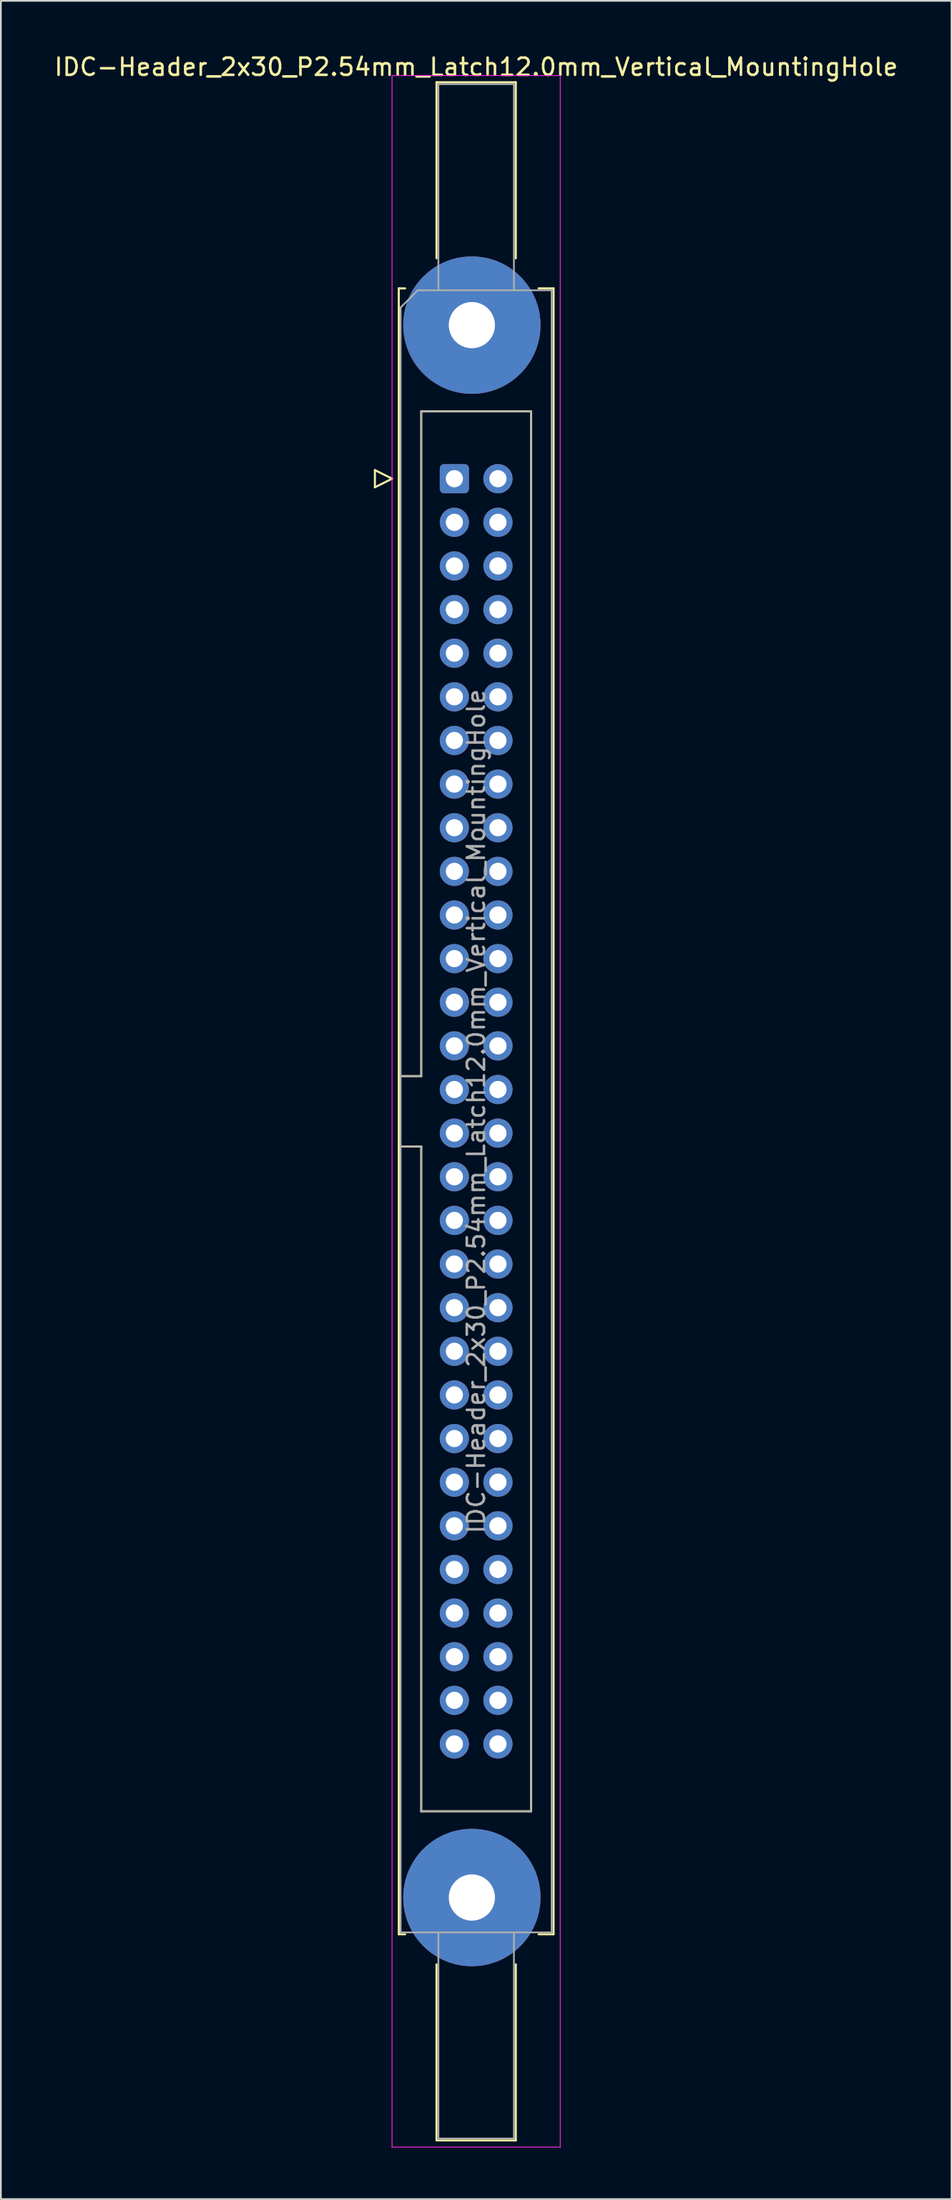
<source format=kicad_pcb>
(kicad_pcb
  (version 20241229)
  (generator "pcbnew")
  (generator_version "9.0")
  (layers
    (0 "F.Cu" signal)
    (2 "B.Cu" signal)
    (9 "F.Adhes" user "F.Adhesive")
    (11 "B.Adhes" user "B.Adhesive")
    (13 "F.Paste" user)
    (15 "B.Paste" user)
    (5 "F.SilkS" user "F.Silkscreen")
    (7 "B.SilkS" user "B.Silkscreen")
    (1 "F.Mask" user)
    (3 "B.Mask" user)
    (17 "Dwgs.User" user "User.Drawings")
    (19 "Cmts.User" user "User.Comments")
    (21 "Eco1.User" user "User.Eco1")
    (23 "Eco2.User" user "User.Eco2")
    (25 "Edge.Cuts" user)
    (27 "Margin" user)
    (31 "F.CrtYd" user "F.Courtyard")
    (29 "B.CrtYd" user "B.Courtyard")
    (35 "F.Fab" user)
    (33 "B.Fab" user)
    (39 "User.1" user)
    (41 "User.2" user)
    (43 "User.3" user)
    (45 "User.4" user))
  (footprint "IDC-Header_2x30_P2.54mm_Latch12.0mm_Vertical_MountingHole"
    (layer "F.Cu")
    (at 23.426 24.818)
    (property "Reference" "IDC-Header_2x30_P2.54mm_Latch12.0mm_Vertical_MountingHole" (at 1.27 -23.97 0) (layer "F.SilkS") (effects (font (size 1 1) (thickness 0.15))))
    (attr through_hole)
    (fp_line (start -4.63 -0.5) (end -4.63 0.5) (stroke (width 0.12) (type solid)) (layer "F.SilkS"))
    (fp_line (start -4.63 0.5) (end -3.63 0) (stroke (width 0.12) (type solid)) (layer "F.SilkS"))
    (fp_line (start -3.63 0) (end -4.63 -0.5) (stroke (width 0.12) (type solid)) (layer "F.SilkS"))
    (fp_line (start -3.24 -11.08) (end -3.24 84.74) (stroke (width 0.12) (type solid)) (layer "F.SilkS"))
    (fp_line (start -3.24 34.78) (end -1.93 34.78) (stroke (width 0.12) (type solid)) (layer "F.SilkS"))
    (fp_line (start -3.24 84.74) (end -2.87 84.74) (stroke (width 0.12) (type solid)) (layer "F.SilkS"))
    (fp_line (start -2.87 -11.08) (end -3.24 -11.08) (stroke (width 0.12) (type solid)) (layer "F.SilkS"))
    (fp_line (start -1.93 -3.92) (end 4.47 -3.92) (stroke (width 0.12) (type solid)) (layer "F.SilkS"))
    (fp_line (start -1.93 34.78) (end -1.93 -3.92) (stroke (width 0.12) (type solid)) (layer "F.SilkS"))
    (fp_line (start -1.93 38.88) (end -3.24 38.88) (stroke (width 0.12) (type solid)) (layer "F.SilkS"))
    (fp_line (start -1.93 38.88) (end -1.93 38.88) (stroke (width 0.12) (type solid)) (layer "F.SilkS"))
    (fp_line (start -1.93 77.58) (end -1.93 38.88) (stroke (width 0.12) (type solid)) (layer "F.SilkS"))
    (fp_line (start -1.04 -23.08) (end 3.58 -23.08) (stroke (width 0.12) (type solid)) (layer "F.SilkS"))
    (fp_line (start -1.04 -12.83) (end -1.04 -23.08) (stroke (width 0.12) (type solid)) (layer "F.SilkS"))
    (fp_line (start -1.04 86.49) (end -1.04 96.74) (stroke (width 0.12) (type solid)) (layer "F.SilkS"))
    (fp_line (start -1.04 96.74) (end 3.58 96.74) (stroke (width 0.12) (type solid)) (layer "F.SilkS"))
    (fp_line (start 3.58 -23.08) (end 3.58 -12.83) (stroke (width 0.12) (type solid)) (layer "F.SilkS"))
    (fp_line (start 3.58 96.74) (end 3.58 86.49) (stroke (width 0.12) (type solid)) (layer "F.SilkS"))
    (fp_line (start 4.47 -3.92) (end 4.47 77.58) (stroke (width 0.12) (type solid)) (layer "F.SilkS"))
    (fp_line (start 4.47 77.58) (end -1.93 77.58) (stroke (width 0.12) (type solid)) (layer "F.SilkS"))
    (fp_line (start 4.91 -11.08) (end 5.78 -11.08) (stroke (width 0.12) (type solid)) (layer "F.SilkS"))
    (fp_line (start 5.78 -11.08) (end 5.78 84.74) (stroke (width 0.12) (type solid)) (layer "F.SilkS"))
    (fp_line (start 5.78 84.74) (end 4.91 84.74) (stroke (width 0.12) (type solid)) (layer "F.SilkS"))
    (fp_line (start -3.63 -23.47) (end -3.63 97.13) (stroke (width 0.05) (type solid)) (layer "F.CrtYd"))
    (fp_line (start -3.63 97.13) (end 6.17 97.13) (stroke (width 0.05) (type solid)) (layer "F.CrtYd"))
    (fp_line (start 6.17 -23.47) (end -3.63 -23.47) (stroke (width 0.05) (type solid)) (layer "F.CrtYd"))
    (fp_line (start 6.17 97.13) (end 6.17 -23.47) (stroke (width 0.05) (type solid)) (layer "F.CrtYd"))
    (fp_line (start -3.13 -9.97) (end -2.13 -10.97) (stroke (width 0.1) (type solid)) (layer "F.Fab"))
    (fp_line (start -3.13 34.78) (end -1.93 34.78) (stroke (width 0.1) (type solid)) (layer "F.Fab"))
    (fp_line (start -3.13 84.63) (end -3.13 -9.97) (stroke (width 0.1) (type solid)) (layer "F.Fab"))
    (fp_line (start -2.13 -10.97) (end 5.67 -10.97) (stroke (width 0.1) (type solid)) (layer "F.Fab"))
    (fp_line (start -1.93 -3.92) (end 4.47 -3.92) (stroke (width 0.1) (type solid)) (layer "F.Fab"))
    (fp_line (start -1.93 34.78) (end -1.93 -3.92) (stroke (width 0.1) (type solid)) (layer "F.Fab"))
    (fp_line (start -1.93 38.88) (end -3.13 38.88) (stroke (width 0.1) (type solid)) (layer "F.Fab"))
    (fp_line (start -1.93 38.88) (end -1.93 38.88) (stroke (width 0.1) (type solid)) (layer "F.Fab"))
    (fp_line (start -1.93 77.58) (end -1.93 38.88) (stroke (width 0.1) (type solid)) (layer "F.Fab"))
    (fp_line (start -0.93 -22.97) (end 3.47 -22.97) (stroke (width 0.1) (type solid)) (layer "F.Fab"))
    (fp_line (start -0.93 -10.97) (end -0.93 -22.97) (stroke (width 0.1) (type solid)) (layer "F.Fab"))
    (fp_line (start -0.93 84.63) (end -0.93 96.63) (stroke (width 0.1) (type solid)) (layer "F.Fab"))
    (fp_line (start -0.93 96.63) (end 3.47 96.63) (stroke (width 0.1) (type solid)) (layer "F.Fab"))
    (fp_line (start 3.47 -22.97) (end 3.47 -10.97) (stroke (width 0.1) (type solid)) (layer "F.Fab"))
    (fp_line (start 3.47 96.63) (end 3.47 84.63) (stroke (width 0.1) (type solid)) (layer "F.Fab"))
    (fp_line (start 4.47 -3.92) (end 4.47 77.58) (stroke (width 0.1) (type solid)) (layer "F.Fab"))
    (fp_line (start 4.47 77.58) (end -1.93 77.58) (stroke (width 0.1) (type solid)) (layer "F.Fab"))
    (fp_line (start 5.67 -10.97) (end 5.67 84.63) (stroke (width 0.1) (type solid)) (layer "F.Fab"))
    (fp_line (start 5.67 84.63) (end -3.13 84.63) (stroke (width 0.1) (type solid)) (layer "F.Fab"))
    (fp_text user "${REFERENCE}" (at 1.27 36.83 90) (layer "F.Fab") (effects (font (size 1 1) (thickness 0.15))))
    (pad "" thru_hole circle (at 1.02 -8.94) (size 8 8) (drill 2.69) (layers "*.Cu" "*.Mask"))
    (pad "" thru_hole circle (at 1.02 82.6) (size 8 8) (drill 2.69) (layers "*.Cu" "*.Mask"))
    (pad "1" thru_hole roundrect (at 0 0) (size 1.7 1.7) (drill 1) (layers "*.Cu" "*.Mask") (roundrect_rratio 0.147))
    (pad "2" thru_hole circle (at 2.54 0) (size 1.7 1.7) (drill 1) (layers "*.Cu" "*.Mask"))
    (pad "3" thru_hole circle (at 0 2.54) (size 1.7 1.7) (drill 1) (layers "*.Cu" "*.Mask"))
    (pad "4" thru_hole circle (at 2.54 2.54) (size 1.7 1.7) (drill 1) (layers "*.Cu" "*.Mask"))
    (pad "5" thru_hole circle (at 0 5.08) (size 1.7 1.7) (drill 1) (layers "*.Cu" "*.Mask"))
    (pad "6" thru_hole circle (at 2.54 5.08) (size 1.7 1.7) (drill 1) (layers "*.Cu" "*.Mask"))
    (pad "7" thru_hole circle (at 0 7.62) (size 1.7 1.7) (drill 1) (layers "*.Cu" "*.Mask"))
    (pad "8" thru_hole circle (at 2.54 7.62) (size 1.7 1.7) (drill 1) (layers "*.Cu" "*.Mask"))
    (pad "9" thru_hole circle (at 0 10.16) (size 1.7 1.7) (drill 1) (layers "*.Cu" "*.Mask"))
    (pad "10" thru_hole circle (at 2.54 10.16) (size 1.7 1.7) (drill 1) (layers "*.Cu" "*.Mask"))
    (pad "11" thru_hole circle (at 0 12.7) (size 1.7 1.7) (drill 1) (layers "*.Cu" "*.Mask"))
    (pad "12" thru_hole circle (at 2.54 12.7) (size 1.7 1.7) (drill 1) (layers "*.Cu" "*.Mask"))
    (pad "13" thru_hole circle (at 0 15.24) (size 1.7 1.7) (drill 1) (layers "*.Cu" "*.Mask"))
    (pad "14" thru_hole circle (at 2.54 15.24) (size 1.7 1.7) (drill 1) (layers "*.Cu" "*.Mask"))
    (pad "15" thru_hole circle (at 0 17.78) (size 1.7 1.7) (drill 1) (layers "*.Cu" "*.Mask"))
    (pad "16" thru_hole circle (at 2.54 17.78) (size 1.7 1.7) (drill 1) (layers "*.Cu" "*.Mask"))
    (pad "17" thru_hole circle (at 0 20.32) (size 1.7 1.7) (drill 1) (layers "*.Cu" "*.Mask"))
    (pad "18" thru_hole circle (at 2.54 20.32) (size 1.7 1.7) (drill 1) (layers "*.Cu" "*.Mask"))
    (pad "19" thru_hole circle (at 0 22.86) (size 1.7 1.7) (drill 1) (layers "*.Cu" "*.Mask"))
    (pad "20" thru_hole circle (at 2.54 22.86) (size 1.7 1.7) (drill 1) (layers "*.Cu" "*.Mask"))
    (pad "21" thru_hole circle (at 0 25.4) (size 1.7 1.7) (drill 1) (layers "*.Cu" "*.Mask"))
    (pad "22" thru_hole circle (at 2.54 25.4) (size 1.7 1.7) (drill 1) (layers "*.Cu" "*.Mask"))
    (pad "23" thru_hole circle (at 0 27.94) (size 1.7 1.7) (drill 1) (layers "*.Cu" "*.Mask"))
    (pad "24" thru_hole circle (at 2.54 27.94) (size 1.7 1.7) (drill 1) (layers "*.Cu" "*.Mask"))
    (pad "25" thru_hole circle (at 0 30.48) (size 1.7 1.7) (drill 1) (layers "*.Cu" "*.Mask"))
    (pad "26" thru_hole circle (at 2.54 30.48) (size 1.7 1.7) (drill 1) (layers "*.Cu" "*.Mask"))
    (pad "27" thru_hole circle (at 0 33.02) (size 1.7 1.7) (drill 1) (layers "*.Cu" "*.Mask"))
    (pad "28" thru_hole circle (at 2.54 33.02) (size 1.7 1.7) (drill 1) (layers "*.Cu" "*.Mask"))
    (pad "29" thru_hole circle (at 0 35.56) (size 1.7 1.7) (drill 1) (layers "*.Cu" "*.Mask"))
    (pad "30" thru_hole circle (at 2.54 35.56) (size 1.7 1.7) (drill 1) (layers "*.Cu" "*.Mask"))
    (pad "31" thru_hole circle (at 0 38.1) (size 1.7 1.7) (drill 1) (layers "*.Cu" "*.Mask"))
    (pad "32" thru_hole circle (at 2.54 38.1) (size 1.7 1.7) (drill 1) (layers "*.Cu" "*.Mask"))
    (pad "33" thru_hole circle (at 0 40.64) (size 1.7 1.7) (drill 1) (layers "*.Cu" "*.Mask"))
    (pad "34" thru_hole circle (at 2.54 40.64) (size 1.7 1.7) (drill 1) (layers "*.Cu" "*.Mask"))
    (pad "35" thru_hole circle (at 0 43.18) (size 1.7 1.7) (drill 1) (layers "*.Cu" "*.Mask"))
    (pad "36" thru_hole circle (at 2.54 43.18) (size 1.7 1.7) (drill 1) (layers "*.Cu" "*.Mask"))
    (pad "37" thru_hole circle (at 0 45.72) (size 1.7 1.7) (drill 1) (layers "*.Cu" "*.Mask"))
    (pad "38" thru_hole circle (at 2.54 45.72) (size 1.7 1.7) (drill 1) (layers "*.Cu" "*.Mask"))
    (pad "39" thru_hole circle (at 0 48.26) (size 1.7 1.7) (drill 1) (layers "*.Cu" "*.Mask"))
    (pad "40" thru_hole circle (at 2.54 48.26) (size 1.7 1.7) (drill 1) (layers "*.Cu" "*.Mask"))
    (pad "41" thru_hole circle (at 0 50.8) (size 1.7 1.7) (drill 1) (layers "*.Cu" "*.Mask"))
    (pad "42" thru_hole circle (at 2.54 50.8) (size 1.7 1.7) (drill 1) (layers "*.Cu" "*.Mask"))
    (pad "43" thru_hole circle (at 0 53.34) (size 1.7 1.7) (drill 1) (layers "*.Cu" "*.Mask"))
    (pad "44" thru_hole circle (at 2.54 53.34) (size 1.7 1.7) (drill 1) (layers "*.Cu" "*.Mask"))
    (pad "45" thru_hole circle (at 0 55.88) (size 1.7 1.7) (drill 1) (layers "*.Cu" "*.Mask"))
    (pad "46" thru_hole circle (at 2.54 55.88) (size 1.7 1.7) (drill 1) (layers "*.Cu" "*.Mask"))
    (pad "47" thru_hole circle (at 0 58.42) (size 1.7 1.7) (drill 1) (layers "*.Cu" "*.Mask"))
    (pad "48" thru_hole circle (at 2.54 58.42) (size 1.7 1.7) (drill 1) (layers "*.Cu" "*.Mask"))
    (pad "49" thru_hole circle (at 0 60.96) (size 1.7 1.7) (drill 1) (layers "*.Cu" "*.Mask"))
    (pad "50" thru_hole circle (at 2.54 60.96) (size 1.7 1.7) (drill 1) (layers "*.Cu" "*.Mask"))
    (pad "51" thru_hole circle (at 0 63.5) (size 1.7 1.7) (drill 1) (layers "*.Cu" "*.Mask"))
    (pad "52" thru_hole circle (at 2.54 63.5) (size 1.7 1.7) (drill 1) (layers "*.Cu" "*.Mask"))
    (pad "53" thru_hole circle (at 0 66.04) (size 1.7 1.7) (drill 1) (layers "*.Cu" "*.Mask"))
    (pad "54" thru_hole circle (at 2.54 66.04) (size 1.7 1.7) (drill 1) (layers "*.Cu" "*.Mask"))
    (pad "55" thru_hole circle (at 0 68.58) (size 1.7 1.7) (drill 1) (layers "*.Cu" "*.Mask"))
    (pad "56" thru_hole circle (at 2.54 68.58) (size 1.7 1.7) (drill 1) (layers "*.Cu" "*.Mask"))
    (pad "57" thru_hole circle (at 0 71.12) (size 1.7 1.7) (drill 1) (layers "*.Cu" "*.Mask"))
    (pad "58" thru_hole circle (at 2.54 71.12) (size 1.7 1.7) (drill 1) (layers "*.Cu" "*.Mask"))
    (pad "59" thru_hole circle (at 0 73.66) (size 1.7 1.7) (drill 1) (layers "*.Cu" "*.Mask"))
    (pad "60" thru_hole circle (at 2.54 73.66) (size 1.7 1.7) (drill 1) (layers "*.Cu" "*.Mask")))
  (gr_rect
    (start -3 -3)
    (end 52.393 124.973)
    (stroke (width 0.1) (type default))
    (fill no)
    (layer "Edge.Cuts")))
</source>
